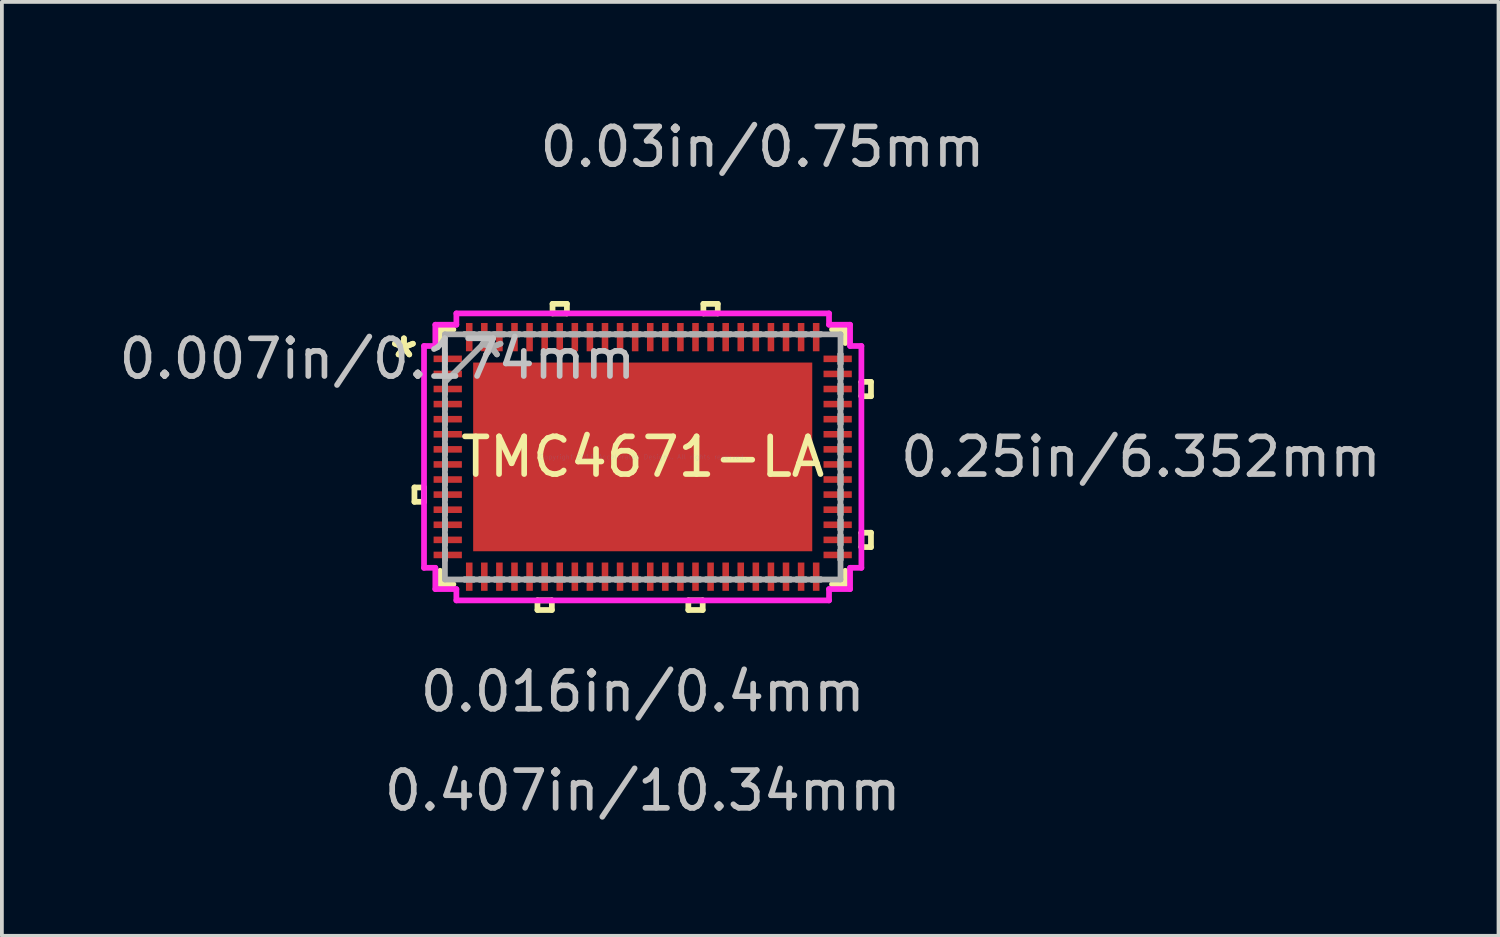
<source format=kicad_pcb>
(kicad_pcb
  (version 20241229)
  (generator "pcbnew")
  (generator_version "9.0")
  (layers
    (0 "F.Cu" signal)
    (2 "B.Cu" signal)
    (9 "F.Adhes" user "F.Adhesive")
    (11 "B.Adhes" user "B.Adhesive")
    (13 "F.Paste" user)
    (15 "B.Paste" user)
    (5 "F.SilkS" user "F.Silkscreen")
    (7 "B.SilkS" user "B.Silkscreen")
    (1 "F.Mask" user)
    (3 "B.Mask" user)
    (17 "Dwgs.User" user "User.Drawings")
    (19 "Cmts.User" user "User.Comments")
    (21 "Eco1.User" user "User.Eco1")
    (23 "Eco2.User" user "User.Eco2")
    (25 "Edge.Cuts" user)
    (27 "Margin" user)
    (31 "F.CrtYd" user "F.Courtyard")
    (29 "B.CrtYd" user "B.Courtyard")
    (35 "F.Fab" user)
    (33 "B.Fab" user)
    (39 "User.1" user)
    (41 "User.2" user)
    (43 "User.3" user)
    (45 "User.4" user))
  (footprint "TMC4671-LA"
    (layer "F.Cu")
    (at 13.993 9.066)
    (property "Reference" "TMC4671-LA" (at 0 0 0) (layer "F.SilkS") (effects (font (size 1 1) (thickness 0.15))))
    (attr through_hole)
    (fp_line (start -6.053 0.81) (end -6.053 1.191) (stroke (width 0.152) (type solid)) (layer "F.SilkS"))
    (fp_line (start -6.053 1.191) (end -5.799 1.191) (stroke (width 0.152) (type solid)) (layer "F.SilkS"))
    (fp_line (start -5.799 0.81) (end -6.053 0.81) (stroke (width 0.152) (type solid)) (layer "F.SilkS"))
    (fp_line (start -5.799 1.191) (end -5.799 0.81) (stroke (width 0.152) (type solid)) (layer "F.SilkS"))
    (fp_line (start -5.372 -3.378) (end -5.372 -3.02) (stroke (width 0.152) (type solid)) (layer "F.SilkS"))
    (fp_line (start -5.372 3.02) (end -5.372 3.378) (stroke (width 0.152) (type solid)) (layer "F.SilkS"))
    (fp_line (start -5.372 3.378) (end -5.02 3.378) (stroke (width 0.152) (type solid)) (layer "F.SilkS"))
    (fp_line (start -5.02 -3.378) (end -5.372 -3.378) (stroke (width 0.152) (type solid)) (layer "F.SilkS"))
    (fp_line (start -2.791 3.805) (end -2.791 4.059) (stroke (width 0.152) (type solid)) (layer "F.SilkS"))
    (fp_line (start -2.791 4.059) (end -2.409 4.059) (stroke (width 0.152) (type solid)) (layer "F.SilkS"))
    (fp_line (start -2.409 3.805) (end -2.791 3.805) (stroke (width 0.152) (type solid)) (layer "F.SilkS"))
    (fp_line (start -2.409 4.059) (end -2.409 3.805) (stroke (width 0.152) (type solid)) (layer "F.SilkS"))
    (fp_line (start -2.391 -4.059) (end -2.01 -4.059) (stroke (width 0.152) (type solid)) (layer "F.SilkS"))
    (fp_line (start -2.391 -3.805) (end -2.391 -4.059) (stroke (width 0.152) (type solid)) (layer "F.SilkS"))
    (fp_line (start -2.01 -4.059) (end -2.01 -3.805) (stroke (width 0.152) (type solid)) (layer "F.SilkS"))
    (fp_line (start -2.01 -3.805) (end -2.391 -3.805) (stroke (width 0.152) (type solid)) (layer "F.SilkS"))
    (fp_line (start 1.21 3.805) (end 1.21 4.059) (stroke (width 0.152) (type solid)) (layer "F.SilkS"))
    (fp_line (start 1.21 4.059) (end 1.591 4.059) (stroke (width 0.152) (type solid)) (layer "F.SilkS"))
    (fp_line (start 1.591 3.805) (end 1.21 3.805) (stroke (width 0.152) (type solid)) (layer "F.SilkS"))
    (fp_line (start 1.591 4.059) (end 1.591 3.805) (stroke (width 0.152) (type solid)) (layer "F.SilkS"))
    (fp_line (start 1.609 -4.059) (end 1.99 -4.059) (stroke (width 0.152) (type solid)) (layer "F.SilkS"))
    (fp_line (start 1.609 -3.805) (end 1.609 -4.059) (stroke (width 0.152) (type solid)) (layer "F.SilkS"))
    (fp_line (start 1.99 -4.059) (end 1.99 -3.805) (stroke (width 0.152) (type solid)) (layer "F.SilkS"))
    (fp_line (start 1.99 -3.805) (end 1.609 -3.805) (stroke (width 0.152) (type solid)) (layer "F.SilkS"))
    (fp_line (start 5.02 3.378) (end 5.372 3.378) (stroke (width 0.152) (type solid)) (layer "F.SilkS"))
    (fp_line (start 5.372 -3.378) (end 5.02 -3.378) (stroke (width 0.152) (type solid)) (layer "F.SilkS"))
    (fp_line (start 5.372 -3.02) (end 5.372 -3.378) (stroke (width 0.152) (type solid)) (layer "F.SilkS"))
    (fp_line (start 5.372 3.378) (end 5.372 3.02) (stroke (width 0.152) (type solid)) (layer "F.SilkS"))
    (fp_line (start 5.799 -1.99) (end 6.053 -1.99) (stroke (width 0.152) (type solid)) (layer "F.SilkS"))
    (fp_line (start 5.799 -1.609) (end 5.799 -1.99) (stroke (width 0.152) (type solid)) (layer "F.SilkS"))
    (fp_line (start 5.799 2.01) (end 6.053 2.01) (stroke (width 0.152) (type solid)) (layer "F.SilkS"))
    (fp_line (start 5.799 2.391) (end 5.799 2.01) (stroke (width 0.152) (type solid)) (layer "F.SilkS"))
    (fp_line (start 6.053 -1.99) (end 6.053 -1.609) (stroke (width 0.152) (type solid)) (layer "F.SilkS"))
    (fp_line (start 6.053 -1.609) (end 5.799 -1.609) (stroke (width 0.152) (type solid)) (layer "F.SilkS"))
    (fp_line (start 6.053 2.01) (end 6.053 2.391) (stroke (width 0.152) (type solid)) (layer "F.SilkS"))
    (fp_line (start 6.053 2.391) (end 5.799 2.391) (stroke (width 0.152) (type solid)) (layer "F.SilkS"))
    (fp_line (start -5.799 -2.941) (end -5.499 -2.941) (stroke (width 0.152) (type solid)) (layer "F.CrtYd"))
    (fp_line (start -5.799 2.941) (end -5.799 -2.941) (stroke (width 0.152) (type solid)) (layer "F.CrtYd"))
    (fp_line (start -5.499 -3.505) (end -4.941 -3.505) (stroke (width 0.152) (type solid)) (layer "F.CrtYd"))
    (fp_line (start -5.499 -2.941) (end -5.499 -3.505) (stroke (width 0.152) (type solid)) (layer "F.CrtYd"))
    (fp_line (start -5.499 2.941) (end -5.799 2.941) (stroke (width 0.152) (type solid)) (layer "F.CrtYd"))
    (fp_line (start -5.499 3.505) (end -5.499 2.941) (stroke (width 0.152) (type solid)) (layer "F.CrtYd"))
    (fp_line (start -4.941 -3.805) (end 4.941 -3.805) (stroke (width 0.152) (type solid)) (layer "F.CrtYd"))
    (fp_line (start -4.941 -3.505) (end -4.941 -3.805) (stroke (width 0.152) (type solid)) (layer "F.CrtYd"))
    (fp_line (start -4.941 3.505) (end -5.499 3.505) (stroke (width 0.152) (type solid)) (layer "F.CrtYd"))
    (fp_line (start -4.941 3.805) (end -4.941 3.505) (stroke (width 0.152) (type solid)) (layer "F.CrtYd"))
    (fp_line (start 4.941 -3.805) (end 4.941 -3.505) (stroke (width 0.152) (type solid)) (layer "F.CrtYd"))
    (fp_line (start 4.941 -3.505) (end 5.499 -3.505) (stroke (width 0.152) (type solid)) (layer "F.CrtYd"))
    (fp_line (start 4.941 3.505) (end 4.941 3.805) (stroke (width 0.152) (type solid)) (layer "F.CrtYd"))
    (fp_line (start 4.941 3.805) (end -4.941 3.805) (stroke (width 0.152) (type solid)) (layer "F.CrtYd"))
    (fp_line (start 5.499 -3.505) (end 5.499 -2.941) (stroke (width 0.152) (type solid)) (layer "F.CrtYd"))
    (fp_line (start 5.499 -2.941) (end 5.799 -2.941) (stroke (width 0.152) (type solid)) (layer "F.CrtYd"))
    (fp_line (start 5.499 2.941) (end 5.499 3.505) (stroke (width 0.152) (type solid)) (layer "F.CrtYd"))
    (fp_line (start 5.499 3.505) (end 4.941 3.505) (stroke (width 0.152) (type solid)) (layer "F.CrtYd"))
    (fp_line (start 5.799 -2.941) (end 5.799 2.941) (stroke (width 0.152) (type solid)) (layer "F.CrtYd"))
    (fp_line (start 5.799 2.941) (end 5.499 2.941) (stroke (width 0.152) (type solid)) (layer "F.CrtYd"))
    (fp_line (start -5.245 -3.251) (end -5.245 3.251) (stroke (width 0.152) (type solid)) (layer "F.Fab"))
    (fp_line (start -5.245 -2.727) (end -5.245 -2.727) (stroke (width 0.152) (type solid)) (layer "F.Fab"))
    (fp_line (start -5.245 -2.727) (end -5.245 -2.473) (stroke (width 0.152) (type solid)) (layer "F.Fab"))
    (fp_line (start -5.245 -2.473) (end -5.245 -2.727) (stroke (width 0.152) (type solid)) (layer "F.Fab"))
    (fp_line (start -5.245 -2.473) (end -5.245 -2.473) (stroke (width 0.152) (type solid)) (layer "F.Fab"))
    (fp_line (start -5.245 -2.327) (end -5.245 -2.327) (stroke (width 0.152) (type solid)) (layer "F.Fab"))
    (fp_line (start -5.245 -2.327) (end -5.245 -2.073) (stroke (width 0.152) (type solid)) (layer "F.Fab"))
    (fp_line (start -5.245 -2.073) (end -5.245 -2.327) (stroke (width 0.152) (type solid)) (layer "F.Fab"))
    (fp_line (start -5.245 -2.073) (end -5.245 -2.073) (stroke (width 0.152) (type solid)) (layer "F.Fab"))
    (fp_line (start -5.245 -1.981) (end -3.975 -3.251) (stroke (width 0.152) (type solid)) (layer "F.Fab"))
    (fp_line (start -5.245 -1.927) (end -5.245 -1.927) (stroke (width 0.152) (type solid)) (layer "F.Fab"))
    (fp_line (start -5.245 -1.927) (end -5.245 -1.673) (stroke (width 0.152) (type solid)) (layer "F.Fab"))
    (fp_line (start -5.245 -1.673) (end -5.245 -1.927) (stroke (width 0.152) (type solid)) (layer "F.Fab"))
    (fp_line (start -5.245 -1.673) (end -5.245 -1.673) (stroke (width 0.152) (type solid)) (layer "F.Fab"))
    (fp_line (start -5.245 -1.527) (end -5.245 -1.527) (stroke (width 0.152) (type solid)) (layer "F.Fab"))
    (fp_line (start -5.245 -1.527) (end -5.245 -1.273) (stroke (width 0.152) (type solid)) (layer "F.Fab"))
    (fp_line (start -5.245 -1.273) (end -5.245 -1.527) (stroke (width 0.152) (type solid)) (layer "F.Fab"))
    (fp_line (start -5.245 -1.273) (end -5.245 -1.273) (stroke (width 0.152) (type solid)) (layer "F.Fab"))
    (fp_line (start -5.245 -1.127) (end -5.245 -1.127) (stroke (width 0.152) (type solid)) (layer "F.Fab"))
    (fp_line (start -5.245 -1.127) (end -5.245 -0.873) (stroke (width 0.152) (type solid)) (layer "F.Fab"))
    (fp_line (start -5.245 -0.873) (end -5.245 -1.127) (stroke (width 0.152) (type solid)) (layer "F.Fab"))
    (fp_line (start -5.245 -0.873) (end -5.245 -0.873) (stroke (width 0.152) (type solid)) (layer "F.Fab"))
    (fp_line (start -5.245 -0.727) (end -5.245 -0.727) (stroke (width 0.152) (type solid)) (layer "F.Fab"))
    (fp_line (start -5.245 -0.727) (end -5.245 -0.473) (stroke (width 0.152) (type solid)) (layer "F.Fab"))
    (fp_line (start -5.245 -0.473) (end -5.245 -0.727) (stroke (width 0.152) (type solid)) (layer "F.Fab"))
    (fp_line (start -5.245 -0.473) (end -5.245 -0.473) (stroke (width 0.152) (type solid)) (layer "F.Fab"))
    (fp_line (start -5.245 -0.327) (end -5.245 -0.327) (stroke (width 0.152) (type solid)) (layer "F.Fab"))
    (fp_line (start -5.245 -0.327) (end -5.245 -0.073) (stroke (width 0.152) (type solid)) (layer "F.Fab"))
    (fp_line (start -5.245 -0.073) (end -5.245 -0.327) (stroke (width 0.152) (type solid)) (layer "F.Fab"))
    (fp_line (start -5.245 -0.073) (end -5.245 -0.073) (stroke (width 0.152) (type solid)) (layer "F.Fab"))
    (fp_line (start -5.245 0.073) (end -5.245 0.073) (stroke (width 0.152) (type solid)) (layer "F.Fab"))
    (fp_line (start -5.245 0.073) (end -5.245 0.327) (stroke (width 0.152) (type solid)) (layer "F.Fab"))
    (fp_line (start -5.245 0.327) (end -5.245 0.073) (stroke (width 0.152) (type solid)) (layer "F.Fab"))
    (fp_line (start -5.245 0.327) (end -5.245 0.327) (stroke (width 0.152) (type solid)) (layer "F.Fab"))
    (fp_line (start -5.245 0.473) (end -5.245 0.473) (stroke (width 0.152) (type solid)) (layer "F.Fab"))
    (fp_line (start -5.245 0.473) (end -5.245 0.727) (stroke (width 0.152) (type solid)) (layer "F.Fab"))
    (fp_line (start -5.245 0.727) (end -5.245 0.473) (stroke (width 0.152) (type solid)) (layer "F.Fab"))
    (fp_line (start -5.245 0.727) (end -5.245 0.727) (stroke (width 0.152) (type solid)) (layer "F.Fab"))
    (fp_line (start -5.245 0.873) (end -5.245 0.873) (stroke (width 0.152) (type solid)) (layer "F.Fab"))
    (fp_line (start -5.245 0.873) (end -5.245 1.127) (stroke (width 0.152) (type solid)) (layer "F.Fab"))
    (fp_line (start -5.245 1.127) (end -5.245 0.873) (stroke (width 0.152) (type solid)) (layer "F.Fab"))
    (fp_line (start -5.245 1.127) (end -5.245 1.127) (stroke (width 0.152) (type solid)) (layer "F.Fab"))
    (fp_line (start -5.245 1.273) (end -5.245 1.273) (stroke (width 0.152) (type solid)) (layer "F.Fab"))
    (fp_line (start -5.245 1.273) (end -5.245 1.527) (stroke (width 0.152) (type solid)) (layer "F.Fab"))
    (fp_line (start -5.245 1.527) (end -5.245 1.273) (stroke (width 0.152) (type solid)) (layer "F.Fab"))
    (fp_line (start -5.245 1.527) (end -5.245 1.527) (stroke (width 0.152) (type solid)) (layer "F.Fab"))
    (fp_line (start -5.245 1.673) (end -5.245 1.673) (stroke (width 0.152) (type solid)) (layer "F.Fab"))
    (fp_line (start -5.245 1.673) (end -5.245 1.927) (stroke (width 0.152) (type solid)) (layer "F.Fab"))
    (fp_line (start -5.245 1.927) (end -5.245 1.673) (stroke (width 0.152) (type solid)) (layer "F.Fab"))
    (fp_line (start -5.245 1.927) (end -5.245 1.927) (stroke (width 0.152) (type solid)) (layer "F.Fab"))
    (fp_line (start -5.245 2.073) (end -5.245 2.073) (stroke (width 0.152) (type solid)) (layer "F.Fab"))
    (fp_line (start -5.245 2.073) (end -5.245 2.327) (stroke (width 0.152) (type solid)) (layer "F.Fab"))
    (fp_line (start -5.245 2.327) (end -5.245 2.073) (stroke (width 0.152) (type solid)) (layer "F.Fab"))
    (fp_line (start -5.245 2.327) (end -5.245 2.327) (stroke (width 0.152) (type solid)) (layer "F.Fab"))
    (fp_line (start -5.245 2.473) (end -5.245 2.473) (stroke (width 0.152) (type solid)) (layer "F.Fab"))
    (fp_line (start -5.245 2.473) (end -5.245 2.727) (stroke (width 0.152) (type solid)) (layer "F.Fab"))
    (fp_line (start -5.245 2.727) (end -5.245 2.473) (stroke (width 0.152) (type solid)) (layer "F.Fab"))
    (fp_line (start -5.245 2.727) (end -5.245 2.727) (stroke (width 0.152) (type solid)) (layer "F.Fab"))
    (fp_line (start -5.245 3.251) (end 5.245 3.251) (stroke (width 0.152) (type solid)) (layer "F.Fab"))
    (fp_line (start -4.727 -3.251) (end -4.727 -3.251) (stroke (width 0.152) (type solid)) (layer "F.Fab"))
    (fp_line (start -4.727 -3.251) (end -4.473 -3.251) (stroke (width 0.152) (type solid)) (layer "F.Fab"))
    (fp_line (start -4.727 3.251) (end -4.727 3.251) (stroke (width 0.152) (type solid)) (layer "F.Fab"))
    (fp_line (start -4.727 3.251) (end -4.473 3.251) (stroke (width 0.152) (type solid)) (layer "F.Fab"))
    (fp_line (start -4.473 -3.251) (end -4.727 -3.251) (stroke (width 0.152) (type solid)) (layer "F.Fab"))
    (fp_line (start -4.473 -3.251) (end -4.473 -3.251) (stroke (width 0.152) (type solid)) (layer "F.Fab"))
    (fp_line (start -4.473 3.251) (end -4.727 3.251) (stroke (width 0.152) (type solid)) (layer "F.Fab"))
    (fp_line (start -4.473 3.251) (end -4.473 3.251) (stroke (width 0.152) (type solid)) (layer "F.Fab"))
    (fp_line (start -4.327 -3.251) (end -4.327 -3.251) (stroke (width 0.152) (type solid)) (layer "F.Fab"))
    (fp_line (start -4.327 -3.251) (end -4.073 -3.251) (stroke (width 0.152) (type solid)) (layer "F.Fab"))
    (fp_line (start -4.327 3.251) (end -4.327 3.251) (stroke (width 0.152) (type solid)) (layer "F.Fab"))
    (fp_line (start -4.327 3.251) (end -4.073 3.251) (stroke (width 0.152) (type solid)) (layer "F.Fab"))
    (fp_line (start -4.073 -3.251) (end -4.327 -3.251) (stroke (width 0.152) (type solid)) (layer "F.Fab"))
    (fp_line (start -4.073 -3.251) (end -4.073 -3.251) (stroke (width 0.152) (type solid)) (layer "F.Fab"))
    (fp_line (start -4.073 3.251) (end -4.327 3.251) (stroke (width 0.152) (type solid)) (layer "F.Fab"))
    (fp_line (start -4.073 3.251) (end -4.073 3.251) (stroke (width 0.152) (type solid)) (layer "F.Fab"))
    (fp_line (start -3.927 -3.251) (end -3.927 -3.251) (stroke (width 0.152) (type solid)) (layer "F.Fab"))
    (fp_line (start -3.927 -3.251) (end -3.673 -3.251) (stroke (width 0.152) (type solid)) (layer "F.Fab"))
    (fp_line (start -3.927 3.251) (end -3.927 3.251) (stroke (width 0.152) (type solid)) (layer "F.Fab"))
    (fp_line (start -3.927 3.251) (end -3.673 3.251) (stroke (width 0.152) (type solid)) (layer "F.Fab"))
    (fp_line (start -3.673 -3.251) (end -3.927 -3.251) (stroke (width 0.152) (type solid)) (layer "F.Fab"))
    (fp_line (start -3.673 -3.251) (end -3.673 -3.251) (stroke (width 0.152) (type solid)) (layer "F.Fab"))
    (fp_line (start -3.673 3.251) (end -3.927 3.251) (stroke (width 0.152) (type solid)) (layer "F.Fab"))
    (fp_line (start -3.673 3.251) (end -3.673 3.251) (stroke (width 0.152) (type solid)) (layer "F.Fab"))
    (fp_line (start -3.527 -3.251) (end -3.527 -3.251) (stroke (width 0.152) (type solid)) (layer "F.Fab"))
    (fp_line (start -3.527 -3.251) (end -3.273 -3.251) (stroke (width 0.152) (type solid)) (layer "F.Fab"))
    (fp_line (start -3.527 3.251) (end -3.527 3.251) (stroke (width 0.152) (type solid)) (layer "F.Fab"))
    (fp_line (start -3.527 3.251) (end -3.273 3.251) (stroke (width 0.152) (type solid)) (layer "F.Fab"))
    (fp_line (start -3.273 -3.251) (end -3.527 -3.251) (stroke (width 0.152) (type solid)) (layer "F.Fab"))
    (fp_line (start -3.273 -3.251) (end -3.273 -3.251) (stroke (width 0.152) (type solid)) (layer "F.Fab"))
    (fp_line (start -3.273 3.251) (end -3.527 3.251) (stroke (width 0.152) (type solid)) (layer "F.Fab"))
    (fp_line (start -3.273 3.251) (end -3.273 3.251) (stroke (width 0.152) (type solid)) (layer "F.Fab"))
    (fp_line (start -3.127 -3.251) (end -3.127 -3.251) (stroke (width 0.152) (type solid)) (layer "F.Fab"))
    (fp_line (start -3.127 -3.251) (end -2.873 -3.251) (stroke (width 0.152) (type solid)) (layer "F.Fab"))
    (fp_line (start -3.127 3.251) (end -3.127 3.251) (stroke (width 0.152) (type solid)) (layer "F.Fab"))
    (fp_line (start -3.127 3.251) (end -2.873 3.251) (stroke (width 0.152) (type solid)) (layer "F.Fab"))
    (fp_line (start -2.873 -3.251) (end -3.127 -3.251) (stroke (width 0.152) (type solid)) (layer "F.Fab"))
    (fp_line (start -2.873 -3.251) (end -2.873 -3.251) (stroke (width 0.152) (type solid)) (layer "F.Fab"))
    (fp_line (start -2.873 3.251) (end -3.127 3.251) (stroke (width 0.152) (type solid)) (layer "F.Fab"))
    (fp_line (start -2.873 3.251) (end -2.873 3.251) (stroke (width 0.152) (type solid)) (layer "F.Fab"))
    (fp_line (start -2.727 -3.251) (end -2.727 -3.251) (stroke (width 0.152) (type solid)) (layer "F.Fab"))
    (fp_line (start -2.727 -3.251) (end -2.473 -3.251) (stroke (width 0.152) (type solid)) (layer "F.Fab"))
    (fp_line (start -2.727 3.251) (end -2.727 3.251) (stroke (width 0.152) (type solid)) (layer "F.Fab"))
    (fp_line (start -2.727 3.251) (end -2.473 3.251) (stroke (width 0.152) (type solid)) (layer "F.Fab"))
    (fp_line (start -2.473 -3.251) (end -2.727 -3.251) (stroke (width 0.152) (type solid)) (layer "F.Fab"))
    (fp_line (start -2.473 -3.251) (end -2.473 -3.251) (stroke (width 0.152) (type solid)) (layer "F.Fab"))
    (fp_line (start -2.473 3.251) (end -2.727 3.251) (stroke (width 0.152) (type solid)) (layer "F.Fab"))
    (fp_line (start -2.473 3.251) (end -2.473 3.251) (stroke (width 0.152) (type solid)) (layer "F.Fab"))
    (fp_line (start -2.327 -3.251) (end -2.327 -3.251) (stroke (width 0.152) (type solid)) (layer "F.Fab"))
    (fp_line (start -2.327 -3.251) (end -2.073 -3.251) (stroke (width 0.152) (type solid)) (layer "F.Fab"))
    (fp_line (start -2.327 3.251) (end -2.327 3.251) (stroke (width 0.152) (type solid)) (layer "F.Fab"))
    (fp_line (start -2.327 3.251) (end -2.073 3.251) (stroke (width 0.152) (type solid)) (layer "F.Fab"))
    (fp_line (start -2.073 -3.251) (end -2.327 -3.251) (stroke (width 0.152) (type solid)) (layer "F.Fab"))
    (fp_line (start -2.073 -3.251) (end -2.073 -3.251) (stroke (width 0.152) (type solid)) (layer "F.Fab"))
    (fp_line (start -2.073 3.251) (end -2.327 3.251) (stroke (width 0.152) (type solid)) (layer "F.Fab"))
    (fp_line (start -2.073 3.251) (end -2.073 3.251) (stroke (width 0.152) (type solid)) (layer "F.Fab"))
    (fp_line (start -1.927 -3.251) (end -1.927 -3.251) (stroke (width 0.152) (type solid)) (layer "F.Fab"))
    (fp_line (start -1.927 -3.251) (end -1.673 -3.251) (stroke (width 0.152) (type solid)) (layer "F.Fab"))
    (fp_line (start -1.927 3.251) (end -1.927 3.251) (stroke (width 0.152) (type solid)) (layer "F.Fab"))
    (fp_line (start -1.927 3.251) (end -1.673 3.251) (stroke (width 0.152) (type solid)) (layer "F.Fab"))
    (fp_line (start -1.673 -3.251) (end -1.927 -3.251) (stroke (width 0.152) (type solid)) (layer "F.Fab"))
    (fp_line (start -1.673 -3.251) (end -1.673 -3.251) (stroke (width 0.152) (type solid)) (layer "F.Fab"))
    (fp_line (start -1.673 3.251) (end -1.927 3.251) (stroke (width 0.152) (type solid)) (layer "F.Fab"))
    (fp_line (start -1.673 3.251) (end -1.673 3.251) (stroke (width 0.152) (type solid)) (layer "F.Fab"))
    (fp_line (start -1.527 -3.251) (end -1.527 -3.251) (stroke (width 0.152) (type solid)) (layer "F.Fab"))
    (fp_line (start -1.527 -3.251) (end -1.273 -3.251) (stroke (width 0.152) (type solid)) (layer "F.Fab"))
    (fp_line (start -1.527 3.251) (end -1.527 3.251) (stroke (width 0.152) (type solid)) (layer "F.Fab"))
    (fp_line (start -1.527 3.251) (end -1.273 3.251) (stroke (width 0.152) (type solid)) (layer "F.Fab"))
    (fp_line (start -1.273 -3.251) (end -1.527 -3.251) (stroke (width 0.152) (type solid)) (layer "F.Fab"))
    (fp_line (start -1.273 -3.251) (end -1.273 -3.251) (stroke (width 0.152) (type solid)) (layer "F.Fab"))
    (fp_line (start -1.273 3.251) (end -1.527 3.251) (stroke (width 0.152) (type solid)) (layer "F.Fab"))
    (fp_line (start -1.273 3.251) (end -1.273 3.251) (stroke (width 0.152) (type solid)) (layer "F.Fab"))
    (fp_line (start -1.127 -3.251) (end -1.127 -3.251) (stroke (width 0.152) (type solid)) (layer "F.Fab"))
    (fp_line (start -1.127 -3.251) (end -0.873 -3.251) (stroke (width 0.152) (type solid)) (layer "F.Fab"))
    (fp_line (start -1.127 3.251) (end -1.127 3.251) (stroke (width 0.152) (type solid)) (layer "F.Fab"))
    (fp_line (start -1.127 3.251) (end -0.873 3.251) (stroke (width 0.152) (type solid)) (layer "F.Fab"))
    (fp_line (start -0.873 -3.251) (end -1.127 -3.251) (stroke (width 0.152) (type solid)) (layer "F.Fab"))
    (fp_line (start -0.873 -3.251) (end -0.873 -3.251) (stroke (width 0.152) (type solid)) (layer "F.Fab"))
    (fp_line (start -0.873 3.251) (end -1.127 3.251) (stroke (width 0.152) (type solid)) (layer "F.Fab"))
    (fp_line (start -0.873 3.251) (end -0.873 3.251) (stroke (width 0.152) (type solid)) (layer "F.Fab"))
    (fp_line (start -0.727 -3.251) (end -0.727 -3.251) (stroke (width 0.152) (type solid)) (layer "F.Fab"))
    (fp_line (start -0.727 -3.251) (end -0.473 -3.251) (stroke (width 0.152) (type solid)) (layer "F.Fab"))
    (fp_line (start -0.727 3.251) (end -0.727 3.251) (stroke (width 0.152) (type solid)) (layer "F.Fab"))
    (fp_line (start -0.727 3.251) (end -0.473 3.251) (stroke (width 0.152) (type solid)) (layer "F.Fab"))
    (fp_line (start -0.473 -3.251) (end -0.727 -3.251) (stroke (width 0.152) (type solid)) (layer "F.Fab"))
    (fp_line (start -0.473 -3.251) (end -0.473 -3.251) (stroke (width 0.152) (type solid)) (layer "F.Fab"))
    (fp_line (start -0.473 3.251) (end -0.727 3.251) (stroke (width 0.152) (type solid)) (layer "F.Fab"))
    (fp_line (start -0.473 3.251) (end -0.473 3.251) (stroke (width 0.152) (type solid)) (layer "F.Fab"))
    (fp_line (start -0.327 -3.251) (end -0.327 -3.251) (stroke (width 0.152) (type solid)) (layer "F.Fab"))
    (fp_line (start -0.327 -3.251) (end -0.073 -3.251) (stroke (width 0.152) (type solid)) (layer "F.Fab"))
    (fp_line (start -0.327 3.251) (end -0.327 3.251) (stroke (width 0.152) (type solid)) (layer "F.Fab"))
    (fp_line (start -0.327 3.251) (end -0.073 3.251) (stroke (width 0.152) (type solid)) (layer "F.Fab"))
    (fp_line (start -0.073 -3.251) (end -0.327 -3.251) (stroke (width 0.152) (type solid)) (layer "F.Fab"))
    (fp_line (start -0.073 -3.251) (end -0.073 -3.251) (stroke (width 0.152) (type solid)) (layer "F.Fab"))
    (fp_line (start -0.073 3.251) (end -0.327 3.251) (stroke (width 0.152) (type solid)) (layer "F.Fab"))
    (fp_line (start -0.073 3.251) (end -0.073 3.251) (stroke (width 0.152) (type solid)) (layer "F.Fab"))
    (fp_line (start 0.073 -3.251) (end 0.073 -3.251) (stroke (width 0.152) (type solid)) (layer "F.Fab"))
    (fp_line (start 0.073 -3.251) (end 0.327 -3.251) (stroke (width 0.152) (type solid)) (layer "F.Fab"))
    (fp_line (start 0.073 3.251) (end 0.073 3.251) (stroke (width 0.152) (type solid)) (layer "F.Fab"))
    (fp_line (start 0.073 3.251) (end 0.327 3.251) (stroke (width 0.152) (type solid)) (layer "F.Fab"))
    (fp_line (start 0.327 -3.251) (end 0.073 -3.251) (stroke (width 0.152) (type solid)) (layer "F.Fab"))
    (fp_line (start 0.327 -3.251) (end 0.327 -3.251) (stroke (width 0.152) (type solid)) (layer "F.Fab"))
    (fp_line (start 0.327 3.251) (end 0.073 3.251) (stroke (width 0.152) (type solid)) (layer "F.Fab"))
    (fp_line (start 0.327 3.251) (end 0.327 3.251) (stroke (width 0.152) (type solid)) (layer "F.Fab"))
    (fp_line (start 0.473 -3.251) (end 0.473 -3.251) (stroke (width 0.152) (type solid)) (layer "F.Fab"))
    (fp_line (start 0.473 -3.251) (end 0.727 -3.251) (stroke (width 0.152) (type solid)) (layer "F.Fab"))
    (fp_line (start 0.473 3.251) (end 0.473 3.251) (stroke (width 0.152) (type solid)) (layer "F.Fab"))
    (fp_line (start 0.473 3.251) (end 0.727 3.251) (stroke (width 0.152) (type solid)) (layer "F.Fab"))
    (fp_line (start 0.727 -3.251) (end 0.473 -3.251) (stroke (width 0.152) (type solid)) (layer "F.Fab"))
    (fp_line (start 0.727 -3.251) (end 0.727 -3.251) (stroke (width 0.152) (type solid)) (layer "F.Fab"))
    (fp_line (start 0.727 3.251) (end 0.473 3.251) (stroke (width 0.152) (type solid)) (layer "F.Fab"))
    (fp_line (start 0.727 3.251) (end 0.727 3.251) (stroke (width 0.152) (type solid)) (layer "F.Fab"))
    (fp_line (start 0.873 -3.251) (end 0.873 -3.251) (stroke (width 0.152) (type solid)) (layer "F.Fab"))
    (fp_line (start 0.873 -3.251) (end 1.127 -3.251) (stroke (width 0.152) (type solid)) (layer "F.Fab"))
    (fp_line (start 0.873 3.251) (end 0.873 3.251) (stroke (width 0.152) (type solid)) (layer "F.Fab"))
    (fp_line (start 0.873 3.251) (end 1.127 3.251) (stroke (width 0.152) (type solid)) (layer "F.Fab"))
    (fp_line (start 1.127 -3.251) (end 0.873 -3.251) (stroke (width 0.152) (type solid)) (layer "F.Fab"))
    (fp_line (start 1.127 -3.251) (end 1.127 -3.251) (stroke (width 0.152) (type solid)) (layer "F.Fab"))
    (fp_line (start 1.127 3.251) (end 0.873 3.251) (stroke (width 0.152) (type solid)) (layer "F.Fab"))
    (fp_line (start 1.127 3.251) (end 1.127 3.251) (stroke (width 0.152) (type solid)) (layer "F.Fab"))
    (fp_line (start 1.273 -3.251) (end 1.273 -3.251) (stroke (width 0.152) (type solid)) (layer "F.Fab"))
    (fp_line (start 1.273 -3.251) (end 1.527 -3.251) (stroke (width 0.152) (type solid)) (layer "F.Fab"))
    (fp_line (start 1.273 3.251) (end 1.273 3.251) (stroke (width 0.152) (type solid)) (layer "F.Fab"))
    (fp_line (start 1.273 3.251) (end 1.527 3.251) (stroke (width 0.152) (type solid)) (layer "F.Fab"))
    (fp_line (start 1.527 -3.251) (end 1.273 -3.251) (stroke (width 0.152) (type solid)) (layer "F.Fab"))
    (fp_line (start 1.527 -3.251) (end 1.527 -3.251) (stroke (width 0.152) (type solid)) (layer "F.Fab"))
    (fp_line (start 1.527 3.251) (end 1.273 3.251) (stroke (width 0.152) (type solid)) (layer "F.Fab"))
    (fp_line (start 1.527 3.251) (end 1.527 3.251) (stroke (width 0.152) (type solid)) (layer "F.Fab"))
    (fp_line (start 1.673 -3.251) (end 1.673 -3.251) (stroke (width 0.152) (type solid)) (layer "F.Fab"))
    (fp_line (start 1.673 -3.251) (end 1.927 -3.251) (stroke (width 0.152) (type solid)) (layer "F.Fab"))
    (fp_line (start 1.673 3.251) (end 1.673 3.251) (stroke (width 0.152) (type solid)) (layer "F.Fab"))
    (fp_line (start 1.673 3.251) (end 1.927 3.251) (stroke (width 0.152) (type solid)) (layer "F.Fab"))
    (fp_line (start 1.927 -3.251) (end 1.673 -3.251) (stroke (width 0.152) (type solid)) (layer "F.Fab"))
    (fp_line (start 1.927 -3.251) (end 1.927 -3.251) (stroke (width 0.152) (type solid)) (layer "F.Fab"))
    (fp_line (start 1.927 3.251) (end 1.673 3.251) (stroke (width 0.152) (type solid)) (layer "F.Fab"))
    (fp_line (start 1.927 3.251) (end 1.927 3.251) (stroke (width 0.152) (type solid)) (layer "F.Fab"))
    (fp_line (start 2.073 -3.251) (end 2.073 -3.251) (stroke (width 0.152) (type solid)) (layer "F.Fab"))
    (fp_line (start 2.073 -3.251) (end 2.327 -3.251) (stroke (width 0.152) (type solid)) (layer "F.Fab"))
    (fp_line (start 2.073 3.251) (end 2.073 3.251) (stroke (width 0.152) (type solid)) (layer "F.Fab"))
    (fp_line (start 2.073 3.251) (end 2.327 3.251) (stroke (width 0.152) (type solid)) (layer "F.Fab"))
    (fp_line (start 2.327 -3.251) (end 2.073 -3.251) (stroke (width 0.152) (type solid)) (layer "F.Fab"))
    (fp_line (start 2.327 -3.251) (end 2.327 -3.251) (stroke (width 0.152) (type solid)) (layer "F.Fab"))
    (fp_line (start 2.327 3.251) (end 2.073 3.251) (stroke (width 0.152) (type solid)) (layer "F.Fab"))
    (fp_line (start 2.327 3.251) (end 2.327 3.251) (stroke (width 0.152) (type solid)) (layer "F.Fab"))
    (fp_line (start 2.473 -3.251) (end 2.473 -3.251) (stroke (width 0.152) (type solid)) (layer "F.Fab"))
    (fp_line (start 2.473 -3.251) (end 2.727 -3.251) (stroke (width 0.152) (type solid)) (layer "F.Fab"))
    (fp_line (start 2.473 3.251) (end 2.473 3.251) (stroke (width 0.152) (type solid)) (layer "F.Fab"))
    (fp_line (start 2.473 3.251) (end 2.727 3.251) (stroke (width 0.152) (type solid)) (layer "F.Fab"))
    (fp_line (start 2.727 -3.251) (end 2.473 -3.251) (stroke (width 0.152) (type solid)) (layer "F.Fab"))
    (fp_line (start 2.727 -3.251) (end 2.727 -3.251) (stroke (width 0.152) (type solid)) (layer "F.Fab"))
    (fp_line (start 2.727 3.251) (end 2.473 3.251) (stroke (width 0.152) (type solid)) (layer "F.Fab"))
    (fp_line (start 2.727 3.251) (end 2.727 3.251) (stroke (width 0.152) (type solid)) (layer "F.Fab"))
    (fp_line (start 2.873 -3.251) (end 2.873 -3.251) (stroke (width 0.152) (type solid)) (layer "F.Fab"))
    (fp_line (start 2.873 -3.251) (end 3.127 -3.251) (stroke (width 0.152) (type solid)) (layer "F.Fab"))
    (fp_line (start 2.873 3.251) (end 2.873 3.251) (stroke (width 0.152) (type solid)) (layer "F.Fab"))
    (fp_line (start 2.873 3.251) (end 3.127 3.251) (stroke (width 0.152) (type solid)) (layer "F.Fab"))
    (fp_line (start 3.127 -3.251) (end 2.873 -3.251) (stroke (width 0.152) (type solid)) (layer "F.Fab"))
    (fp_line (start 3.127 -3.251) (end 3.127 -3.251) (stroke (width 0.152) (type solid)) (layer "F.Fab"))
    (fp_line (start 3.127 3.251) (end 2.873 3.251) (stroke (width 0.152) (type solid)) (layer "F.Fab"))
    (fp_line (start 3.127 3.251) (end 3.127 3.251) (stroke (width 0.152) (type solid)) (layer "F.Fab"))
    (fp_line (start 3.273 -3.251) (end 3.273 -3.251) (stroke (width 0.152) (type solid)) (layer "F.Fab"))
    (fp_line (start 3.273 -3.251) (end 3.527 -3.251) (stroke (width 0.152) (type solid)) (layer "F.Fab"))
    (fp_line (start 3.273 3.251) (end 3.273 3.251) (stroke (width 0.152) (type solid)) (layer "F.Fab"))
    (fp_line (start 3.273 3.251) (end 3.527 3.251) (stroke (width 0.152) (type solid)) (layer "F.Fab"))
    (fp_line (start 3.527 -3.251) (end 3.273 -3.251) (stroke (width 0.152) (type solid)) (layer "F.Fab"))
    (fp_line (start 3.527 -3.251) (end 3.527 -3.251) (stroke (width 0.152) (type solid)) (layer "F.Fab"))
    (fp_line (start 3.527 3.251) (end 3.273 3.251) (stroke (width 0.152) (type solid)) (layer "F.Fab"))
    (fp_line (start 3.527 3.251) (end 3.527 3.251) (stroke (width 0.152) (type solid)) (layer "F.Fab"))
    (fp_line (start 3.673 -3.251) (end 3.673 -3.251) (stroke (width 0.152) (type solid)) (layer "F.Fab"))
    (fp_line (start 3.673 -3.251) (end 3.927 -3.251) (stroke (width 0.152) (type solid)) (layer "F.Fab"))
    (fp_line (start 3.673 3.251) (end 3.673 3.251) (stroke (width 0.152) (type solid)) (layer "F.Fab"))
    (fp_line (start 3.673 3.251) (end 3.927 3.251) (stroke (width 0.152) (type solid)) (layer "F.Fab"))
    (fp_line (start 3.927 -3.251) (end 3.673 -3.251) (stroke (width 0.152) (type solid)) (layer "F.Fab"))
    (fp_line (start 3.927 -3.251) (end 3.927 -3.251) (stroke (width 0.152) (type solid)) (layer "F.Fab"))
    (fp_line (start 3.927 3.251) (end 3.673 3.251) (stroke (width 0.152) (type solid)) (layer "F.Fab"))
    (fp_line (start 3.927 3.251) (end 3.927 3.251) (stroke (width 0.152) (type solid)) (layer "F.Fab"))
    (fp_line (start 4.073 -3.251) (end 4.073 -3.251) (stroke (width 0.152) (type solid)) (layer "F.Fab"))
    (fp_line (start 4.073 -3.251) (end 4.327 -3.251) (stroke (width 0.152) (type solid)) (layer "F.Fab"))
    (fp_line (start 4.073 3.251) (end 4.073 3.251) (stroke (width 0.152) (type solid)) (layer "F.Fab"))
    (fp_line (start 4.073 3.251) (end 4.327 3.251) (stroke (width 0.152) (type solid)) (layer "F.Fab"))
    (fp_line (start 4.327 -3.251) (end 4.073 -3.251) (stroke (width 0.152) (type solid)) (layer "F.Fab"))
    (fp_line (start 4.327 -3.251) (end 4.327 -3.251) (stroke (width 0.152) (type solid)) (layer "F.Fab"))
    (fp_line (start 4.327 3.251) (end 4.073 3.251) (stroke (width 0.152) (type solid)) (layer "F.Fab"))
    (fp_line (start 4.327 3.251) (end 4.327 3.251) (stroke (width 0.152) (type solid)) (layer "F.Fab"))
    (fp_line (start 4.473 -3.251) (end 4.473 -3.251) (stroke (width 0.152) (type solid)) (layer "F.Fab"))
    (fp_line (start 4.473 -3.251) (end 4.727 -3.251) (stroke (width 0.152) (type solid)) (layer "F.Fab"))
    (fp_line (start 4.473 3.251) (end 4.473 3.251) (stroke (width 0.152) (type solid)) (layer "F.Fab"))
    (fp_line (start 4.473 3.251) (end 4.727 3.251) (stroke (width 0.152) (type solid)) (layer "F.Fab"))
    (fp_line (start 4.727 -3.251) (end 4.473 -3.251) (stroke (width 0.152) (type solid)) (layer "F.Fab"))
    (fp_line (start 4.727 -3.251) (end 4.727 -3.251) (stroke (width 0.152) (type solid)) (layer "F.Fab"))
    (fp_line (start 4.727 3.251) (end 4.473 3.251) (stroke (width 0.152) (type solid)) (layer "F.Fab"))
    (fp_line (start 4.727 3.251) (end 4.727 3.251) (stroke (width 0.152) (type solid)) (layer "F.Fab"))
    (fp_line (start 5.245 -3.251) (end -5.245 -3.251) (stroke (width 0.152) (type solid)) (layer "F.Fab"))
    (fp_line (start 5.245 -2.727) (end 5.245 -2.727) (stroke (width 0.152) (type solid)) (layer "F.Fab"))
    (fp_line (start 5.245 -2.727) (end 5.245 -2.473) (stroke (width 0.152) (type solid)) (layer "F.Fab"))
    (fp_line (start 5.245 -2.473) (end 5.245 -2.727) (stroke (width 0.152) (type solid)) (layer "F.Fab"))
    (fp_line (start 5.245 -2.473) (end 5.245 -2.473) (stroke (width 0.152) (type solid)) (layer "F.Fab"))
    (fp_line (start 5.245 -2.327) (end 5.245 -2.327) (stroke (width 0.152) (type solid)) (layer "F.Fab"))
    (fp_line (start 5.245 -2.327) (end 5.245 -2.073) (stroke (width 0.152) (type solid)) (layer "F.Fab"))
    (fp_line (start 5.245 -2.073) (end 5.245 -2.327) (stroke (width 0.152) (type solid)) (layer "F.Fab"))
    (fp_line (start 5.245 -2.073) (end 5.245 -2.073) (stroke (width 0.152) (type solid)) (layer "F.Fab"))
    (fp_line (start 5.245 -1.927) (end 5.245 -1.927) (stroke (width 0.152) (type solid)) (layer "F.Fab"))
    (fp_line (start 5.245 -1.927) (end 5.245 -1.673) (stroke (width 0.152) (type solid)) (layer "F.Fab"))
    (fp_line (start 5.245 -1.673) (end 5.245 -1.927) (stroke (width 0.152) (type solid)) (layer "F.Fab"))
    (fp_line (start 5.245 -1.673) (end 5.245 -1.673) (stroke (width 0.152) (type solid)) (layer "F.Fab"))
    (fp_line (start 5.245 -1.527) (end 5.245 -1.527) (stroke (width 0.152) (type solid)) (layer "F.Fab"))
    (fp_line (start 5.245 -1.527) (end 5.245 -1.273) (stroke (width 0.152) (type solid)) (layer "F.Fab"))
    (fp_line (start 5.245 -1.273) (end 5.245 -1.527) (stroke (width 0.152) (type solid)) (layer "F.Fab"))
    (fp_line (start 5.245 -1.273) (end 5.245 -1.273) (stroke (width 0.152) (type solid)) (layer "F.Fab"))
    (fp_line (start 5.245 -1.127) (end 5.245 -1.127) (stroke (width 0.152) (type solid)) (layer "F.Fab"))
    (fp_line (start 5.245 -1.127) (end 5.245 -0.873) (stroke (width 0.152) (type solid)) (layer "F.Fab"))
    (fp_line (start 5.245 -0.873) (end 5.245 -1.127) (stroke (width 0.152) (type solid)) (layer "F.Fab"))
    (fp_line (start 5.245 -0.873) (end 5.245 -0.873) (stroke (width 0.152) (type solid)) (layer "F.Fab"))
    (fp_line (start 5.245 -0.727) (end 5.245 -0.727) (stroke (width 0.152) (type solid)) (layer "F.Fab"))
    (fp_line (start 5.245 -0.727) (end 5.245 -0.473) (stroke (width 0.152) (type solid)) (layer "F.Fab"))
    (fp_line (start 5.245 -0.473) (end 5.245 -0.727) (stroke (width 0.152) (type solid)) (layer "F.Fab"))
    (fp_line (start 5.245 -0.473) (end 5.245 -0.473) (stroke (width 0.152) (type solid)) (layer "F.Fab"))
    (fp_line (start 5.245 -0.327) (end 5.245 -0.327) (stroke (width 0.152) (type solid)) (layer "F.Fab"))
    (fp_line (start 5.245 -0.327) (end 5.245 -0.073) (stroke (width 0.152) (type solid)) (layer "F.Fab"))
    (fp_line (start 5.245 -0.073) (end 5.245 -0.327) (stroke (width 0.152) (type solid)) (layer "F.Fab"))
    (fp_line (start 5.245 -0.073) (end 5.245 -0.073) (stroke (width 0.152) (type solid)) (layer "F.Fab"))
    (fp_line (start 5.245 0.073) (end 5.245 0.073) (stroke (width 0.152) (type solid)) (layer "F.Fab"))
    (fp_line (start 5.245 0.073) (end 5.245 0.327) (stroke (width 0.152) (type solid)) (layer "F.Fab"))
    (fp_line (start 5.245 0.327) (end 5.245 0.073) (stroke (width 0.152) (type solid)) (layer "F.Fab"))
    (fp_line (start 5.245 0.327) (end 5.245 0.327) (stroke (width 0.152) (type solid)) (layer "F.Fab"))
    (fp_line (start 5.245 0.473) (end 5.245 0.473) (stroke (width 0.152) (type solid)) (layer "F.Fab"))
    (fp_line (start 5.245 0.473) (end 5.245 0.727) (stroke (width 0.152) (type solid)) (layer "F.Fab"))
    (fp_line (start 5.245 0.727) (end 5.245 0.473) (stroke (width 0.152) (type solid)) (layer "F.Fab"))
    (fp_line (start 5.245 0.727) (end 5.245 0.727) (stroke (width 0.152) (type solid)) (layer "F.Fab"))
    (fp_line (start 5.245 0.873) (end 5.245 0.873) (stroke (width 0.152) (type solid)) (layer "F.Fab"))
    (fp_line (start 5.245 0.873) (end 5.245 1.127) (stroke (width 0.152) (type solid)) (layer "F.Fab"))
    (fp_line (start 5.245 1.127) (end 5.245 0.873) (stroke (width 0.152) (type solid)) (layer "F.Fab"))
    (fp_line (start 5.245 1.127) (end 5.245 1.127) (stroke (width 0.152) (type solid)) (layer "F.Fab"))
    (fp_line (start 5.245 1.273) (end 5.245 1.273) (stroke (width 0.152) (type solid)) (layer "F.Fab"))
    (fp_line (start 5.245 1.273) (end 5.245 1.527) (stroke (width 0.152) (type solid)) (layer "F.Fab"))
    (fp_line (start 5.245 1.527) (end 5.245 1.273) (stroke (width 0.152) (type solid)) (layer "F.Fab"))
    (fp_line (start 5.245 1.527) (end 5.245 1.527) (stroke (width 0.152) (type solid)) (layer "F.Fab"))
    (fp_line (start 5.245 1.673) (end 5.245 1.673) (stroke (width 0.152) (type solid)) (layer "F.Fab"))
    (fp_line (start 5.245 1.673) (end 5.245 1.927) (stroke (width 0.152) (type solid)) (layer "F.Fab"))
    (fp_line (start 5.245 1.927) (end 5.245 1.673) (stroke (width 0.152) (type solid)) (layer "F.Fab"))
    (fp_line (start 5.245 1.927) (end 5.245 1.927) (stroke (width 0.152) (type solid)) (layer "F.Fab"))
    (fp_line (start 5.245 2.073) (end 5.245 2.073) (stroke (width 0.152) (type solid)) (layer "F.Fab"))
    (fp_line (start 5.245 2.073) (end 5.245 2.327) (stroke (width 0.152) (type solid)) (layer "F.Fab"))
    (fp_line (start 5.245 2.327) (end 5.245 2.073) (stroke (width 0.152) (type solid)) (layer "F.Fab"))
    (fp_line (start 5.245 2.327) (end 5.245 2.327) (stroke (width 0.152) (type solid)) (layer "F.Fab"))
    (fp_line (start 5.245 2.473) (end 5.245 2.473) (stroke (width 0.152) (type solid)) (layer "F.Fab"))
    (fp_line (start 5.245 2.473) (end 5.245 2.727) (stroke (width 0.152) (type solid)) (layer "F.Fab"))
    (fp_line (start 5.245 2.727) (end 5.245 2.473) (stroke (width 0.152) (type solid)) (layer "F.Fab"))
    (fp_line (start 5.245 2.727) (end 5.245 2.727) (stroke (width 0.152) (type solid)) (layer "F.Fab"))
    (fp_line (start 5.245 3.251) (end 5.245 -3.251) (stroke (width 0.152) (type solid)) (layer "F.Fab"))
    (fp_text user "*" (at -6.332 -2.6 0) (layer "F.SilkS") (effects (font (size 1 1) (thickness 0.15))))
    (fp_text user "*" (at -6.332 -2.6 0) (layer "F.SilkS") (effects (font (size 1 1) (thickness 0.15))))
    (fp_text user "0.407in/10.34mm" (at 0 8.851 0) (layer "Dwgs.User") (effects (font (size 1 1) (thickness 0.15))))
    (fp_text user "0.007in/0.174mm" (at -7.035 -2.6 0) (layer "Dwgs.User") (effects (font (size 1 1) (thickness 0.15))))
    (fp_text user "0.03in/0.75mm" (at 3.176 -8.218 0) (layer "Dwgs.User") (effects (font (size 1 1) (thickness 0.15))))
    (fp_text user "0.25in/6.352mm" (at 13.211 0 0) (layer "Dwgs.User") (effects (font (size 1 1) (thickness 0.15))))
    (fp_text user "0.016in/0.4mm" (at 0 6.224 0) (layer "Dwgs.User") (effects (font (size 1 1) (thickness 0.15))))
    (fp_text user "Copyright 2016 Accelerated Designs. All rights reserved." (at 0 0 0) (layer "Cmts.User") (effects (font (size 0.127 0.127) (thickness 0.002))))
    (fp_text user "*" (at -4.008 -2.6 0) (layer "F.Fab") (effects (font (size 1 1) (thickness 0.15))))
    (fp_text user "*" (at -4.008 -2.6 0) (layer "F.Fab") (effects (font (size 1 1) (thickness 0.15))))
    (pad "1" smd rect (at -5.17 -2.6 90) (size 0.174 0.75) (layers "F.Cu" "F.Mask" "F.Paste"))
    (pad "2" smd rect (at -5.17 -2.2 90) (size 0.174 0.75) (layers "F.Cu" "F.Mask" "F.Paste"))
    (pad "3" smd rect (at -5.17 -1.8 90) (size 0.174 0.75) (layers "F.Cu" "F.Mask" "F.Paste"))
    (pad "4" smd rect (at -5.17 -1.4 90) (size 0.174 0.75) (layers "F.Cu" "F.Mask" "F.Paste"))
    (pad "5" smd rect (at -5.17 -1 90) (size 0.174 0.75) (layers "F.Cu" "F.Mask" "F.Paste"))
    (pad "6" smd rect (at -5.17 -0.6 90) (size 0.174 0.75) (layers "F.Cu" "F.Mask" "F.Paste"))
    (pad "7" smd rect (at -5.17 -0.2 90) (size 0.174 0.75) (layers "F.Cu" "F.Mask" "F.Paste"))
    (pad "8" smd rect (at -5.17 0.2 90) (size 0.174 0.75) (layers "F.Cu" "F.Mask" "F.Paste"))
    (pad "9" smd rect (at -5.17 0.6 90) (size 0.174 0.75) (layers "F.Cu" "F.Mask" "F.Paste"))
    (pad "10" smd rect (at -5.17 1 90) (size 0.174 0.75) (layers "F.Cu" "F.Mask" "F.Paste"))
    (pad "11" smd rect (at -5.17 1.4 90) (size 0.174 0.75) (layers "F.Cu" "F.Mask" "F.Paste"))
    (pad "12" smd rect (at -5.17 1.8 90) (size 0.174 0.75) (layers "F.Cu" "F.Mask" "F.Paste"))
    (pad "13" smd rect (at -5.17 2.2 90) (size 0.174 0.75) (layers "F.Cu" "F.Mask" "F.Paste"))
    (pad "14" smd rect (at -5.17 2.6 90) (size 0.174 0.75) (layers "F.Cu" "F.Mask" "F.Paste"))
    (pad "15" smd rect (at -4.6 3.176) (size 0.174 0.75) (layers "F.Cu" "F.Mask" "F.Paste"))
    (pad "16" smd rect (at -4.2 3.176) (size 0.174 0.75) (layers "F.Cu" "F.Mask" "F.Paste"))
    (pad "17" smd rect (at -3.8 3.176) (size 0.174 0.75) (layers "F.Cu" "F.Mask" "F.Paste"))
    (pad "18" smd rect (at -3.4 3.176) (size 0.174 0.75) (layers "F.Cu" "F.Mask" "F.Paste"))
    (pad "19" smd rect (at -3 3.176) (size 0.174 0.75) (layers "F.Cu" "F.Mask" "F.Paste"))
    (pad "20" smd rect (at -2.6 3.176) (size 0.174 0.75) (layers "F.Cu" "F.Mask" "F.Paste"))
    (pad "21" smd rect (at -2.2 3.176) (size 0.174 0.75) (layers "F.Cu" "F.Mask" "F.Paste"))
    (pad "22" smd rect (at -1.8 3.176) (size 0.174 0.75) (layers "F.Cu" "F.Mask" "F.Paste"))
    (pad "23" smd rect (at -1.4 3.176) (size 0.174 0.75) (layers "F.Cu" "F.Mask" "F.Paste"))
    (pad "24" smd rect (at -1 3.176) (size 0.174 0.75) (layers "F.Cu" "F.Mask" "F.Paste"))
    (pad "25" smd rect (at -0.6 3.176) (size 0.174 0.75) (layers "F.Cu" "F.Mask" "F.Paste"))
    (pad "26" smd rect (at -0.2 3.176) (size 0.174 0.75) (layers "F.Cu" "F.Mask" "F.Paste"))
    (pad "27" smd rect (at 0.2 3.176) (size 0.174 0.75) (layers "F.Cu" "F.Mask" "F.Paste"))
    (pad "28" smd rect (at 0.6 3.176) (size 0.174 0.75) (layers "F.Cu" "F.Mask" "F.Paste"))
    (pad "29" smd rect (at 1 3.176) (size 0.174 0.75) (layers "F.Cu" "F.Mask" "F.Paste"))
    (pad "30" smd rect (at 1.4 3.176) (size 0.174 0.75) (layers "F.Cu" "F.Mask" "F.Paste"))
    (pad "31" smd rect (at 1.8 3.176) (size 0.174 0.75) (layers "F.Cu" "F.Mask" "F.Paste"))
    (pad "32" smd rect (at 2.2 3.176) (size 0.174 0.75) (layers "F.Cu" "F.Mask" "F.Paste"))
    (pad "33" smd rect (at 2.6 3.176) (size 0.174 0.75) (layers "F.Cu" "F.Mask" "F.Paste"))
    (pad "34" smd rect (at 3 3.176) (size 0.174 0.75) (layers "F.Cu" "F.Mask" "F.Paste"))
    (pad "35" smd rect (at 3.4 3.176) (size 0.174 0.75) (layers "F.Cu" "F.Mask" "F.Paste"))
    (pad "36" smd rect (at 3.8 3.176) (size 0.174 0.75) (layers "F.Cu" "F.Mask" "F.Paste"))
    (pad "37" smd rect (at 4.2 3.176) (size 0.174 0.75) (layers "F.Cu" "F.Mask" "F.Paste"))
    (pad "38" smd rect (at 4.6 3.176) (size 0.174 0.75) (layers "F.Cu" "F.Mask" "F.Paste"))
    (pad "39" smd rect (at 5.17 2.6 90) (size 0.174 0.75) (layers "F.Cu" "F.Mask" "F.Paste"))
    (pad "40" smd rect (at 5.17 2.2 90) (size 0.174 0.75) (layers "F.Cu" "F.Mask" "F.Paste"))
    (pad "41" smd rect (at 5.17 1.8 90) (size 0.174 0.75) (layers "F.Cu" "F.Mask" "F.Paste"))
    (pad "42" smd rect (at 5.17 1.4 90) (size 0.174 0.75) (layers "F.Cu" "F.Mask" "F.Paste"))
    (pad "43" smd rect (at 5.17 1 90) (size 0.174 0.75) (layers "F.Cu" "F.Mask" "F.Paste"))
    (pad "44" smd rect (at 5.17 0.6 90) (size 0.174 0.75) (layers "F.Cu" "F.Mask" "F.Paste"))
    (pad "45" smd rect (at 5.17 0.2 90) (size 0.174 0.75) (layers "F.Cu" "F.Mask" "F.Paste"))
    (pad "46" smd rect (at 5.17 -0.2 90) (size 0.174 0.75) (layers "F.Cu" "F.Mask" "F.Paste"))
    (pad "47" smd rect (at 5.17 -0.6 90) (size 0.174 0.75) (layers "F.Cu" "F.Mask" "F.Paste"))
    (pad "48" smd rect (at 5.17 -1 90) (size 0.174 0.75) (layers "F.Cu" "F.Mask" "F.Paste"))
    (pad "49" smd rect (at 5.17 -1.4 90) (size 0.174 0.75) (layers "F.Cu" "F.Mask" "F.Paste"))
    (pad "50" smd rect (at 5.17 -1.8 90) (size 0.174 0.75) (layers "F.Cu" "F.Mask" "F.Paste"))
    (pad "51" smd rect (at 5.17 -2.2 90) (size 0.174 0.75) (layers "F.Cu" "F.Mask" "F.Paste"))
    (pad "52" smd rect (at 5.17 -2.6 90) (size 0.174 0.75) (layers "F.Cu" "F.Mask" "F.Paste"))
    (pad "53" smd rect (at 4.6 -3.176) (size 0.174 0.75) (layers "F.Cu" "F.Mask" "F.Paste"))
    (pad "54" smd rect (at 4.2 -3.176) (size 0.174 0.75) (layers "F.Cu" "F.Mask" "F.Paste"))
    (pad "55" smd rect (at 3.8 -3.176) (size 0.174 0.75) (layers "F.Cu" "F.Mask" "F.Paste"))
    (pad "56" smd rect (at 3.4 -3.176) (size 0.174 0.75) (layers "F.Cu" "F.Mask" "F.Paste"))
    (pad "57" smd rect (at 3 -3.176) (size 0.174 0.75) (layers "F.Cu" "F.Mask" "F.Paste"))
    (pad "58" smd rect (at 2.6 -3.176) (size 0.174 0.75) (layers "F.Cu" "F.Mask" "F.Paste"))
    (pad "59" smd rect (at 2.2 -3.176) (size 0.174 0.75) (layers "F.Cu" "F.Mask" "F.Paste"))
    (pad "60" smd rect (at 1.8 -3.176) (size 0.174 0.75) (layers "F.Cu" "F.Mask" "F.Paste"))
    (pad "61" smd rect (at 1.4 -3.176) (size 0.174 0.75) (layers "F.Cu" "F.Mask" "F.Paste"))
    (pad "62" smd rect (at 1 -3.176) (size 0.174 0.75) (layers "F.Cu" "F.Mask" "F.Paste"))
    (pad "63" smd rect (at 0.6 -3.176) (size 0.174 0.75) (layers "F.Cu" "F.Mask" "F.Paste"))
    (pad "64" smd rect (at 0.2 -3.176) (size 0.174 0.75) (layers "F.Cu" "F.Mask" "F.Paste"))
    (pad "65" smd rect (at -0.2 -3.176) (size 0.174 0.75) (layers "F.Cu" "F.Mask" "F.Paste"))
    (pad "66" smd rect (at -0.6 -3.176) (size 0.174 0.75) (layers "F.Cu" "F.Mask" "F.Paste"))
    (pad "67" smd rect (at -1 -3.176) (size 0.174 0.75) (layers "F.Cu" "F.Mask" "F.Paste"))
    (pad "68" smd rect (at -1.4 -3.176) (size 0.174 0.75) (layers "F.Cu" "F.Mask" "F.Paste"))
    (pad "69" smd rect (at -1.8 -3.176) (size 0.174 0.75) (layers "F.Cu" "F.Mask" "F.Paste"))
    (pad "70" smd rect (at -2.2 -3.176) (size 0.174 0.75) (layers "F.Cu" "F.Mask" "F.Paste"))
    (pad "71" smd rect (at -2.6 -3.176) (size 0.174 0.75) (layers "F.Cu" "F.Mask" "F.Paste"))
    (pad "72" smd rect (at -3 -3.176) (size 0.174 0.75) (layers "F.Cu" "F.Mask" "F.Paste"))
    (pad "73" smd rect (at -3.4 -3.176) (size 0.174 0.75) (layers "F.Cu" "F.Mask" "F.Paste"))
    (pad "74" smd rect (at -3.8 -3.176) (size 0.174 0.75) (layers "F.Cu" "F.Mask" "F.Paste"))
    (pad "75" smd rect (at -4.2 -3.176) (size 0.174 0.75) (layers "F.Cu" "F.Mask" "F.Paste"))
    (pad "76" smd rect (at -4.6 -3.176) (size 0.174 0.75) (layers "F.Cu" "F.Mask" "F.Paste"))
    (pad "77" smd rect (at 0 0) (size 8.992 5.004) (layers "F.Cu" "F.Mask" "F.Paste")))
  (gr_rect
    (start -3 -3)
    (end 36.687 21.766)
    (stroke (width 0.1) (type default))
    (fill no)
    (layer "Edge.Cuts")))
</source>
